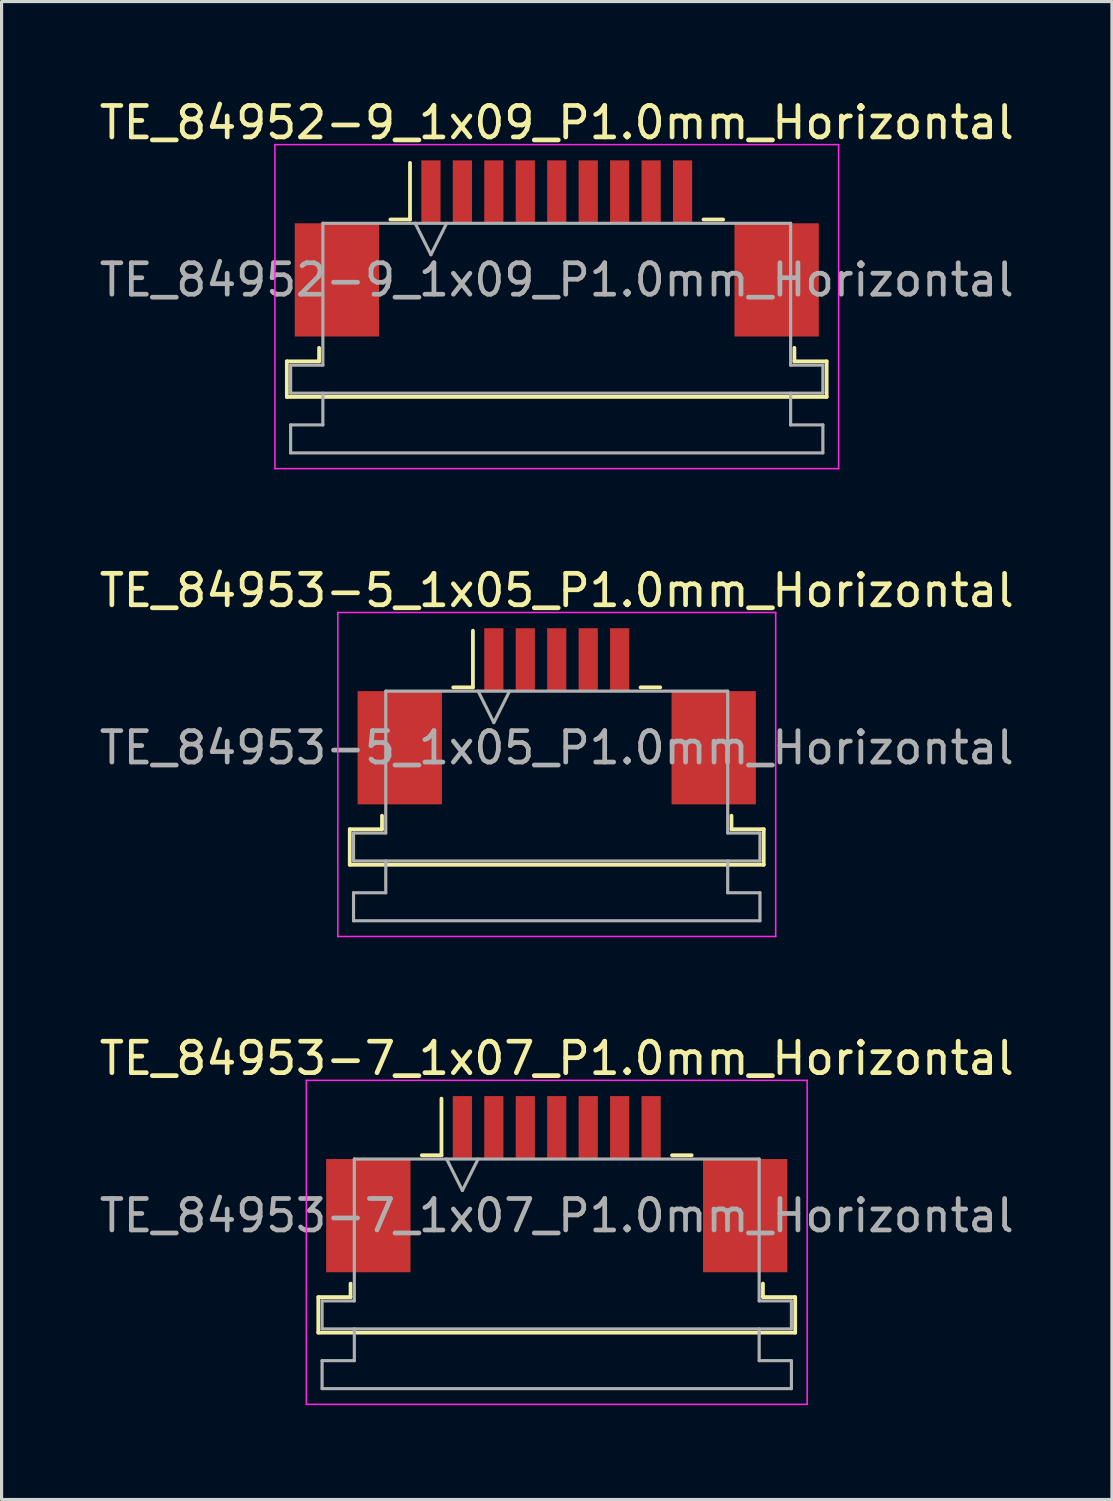
<source format=kicad_pcb>
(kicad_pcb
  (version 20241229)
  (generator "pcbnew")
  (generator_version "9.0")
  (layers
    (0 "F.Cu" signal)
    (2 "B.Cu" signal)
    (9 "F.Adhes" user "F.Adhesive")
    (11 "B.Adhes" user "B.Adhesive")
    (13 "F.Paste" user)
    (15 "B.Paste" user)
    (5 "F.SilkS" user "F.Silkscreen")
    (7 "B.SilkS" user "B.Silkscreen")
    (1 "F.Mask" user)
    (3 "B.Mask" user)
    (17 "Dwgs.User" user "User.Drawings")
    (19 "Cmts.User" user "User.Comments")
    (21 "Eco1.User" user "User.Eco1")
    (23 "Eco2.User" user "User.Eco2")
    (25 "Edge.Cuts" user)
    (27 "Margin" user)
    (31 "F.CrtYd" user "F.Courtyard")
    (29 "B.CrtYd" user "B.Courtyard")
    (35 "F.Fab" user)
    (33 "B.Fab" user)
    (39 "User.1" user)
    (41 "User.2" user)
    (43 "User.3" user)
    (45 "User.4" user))
  (footprint "TE_84953-7_1x07_P1.0mm_Horizontal"
    (layer "F.Cu")
    (at 14.649 34.595)
    (property "Reference" "TE_84953-7_1x07_P1.0mm_Horizontal" (at 0 -4 0) (layer "F.SilkS") (effects (font (size 1 1) (thickness 0.15))))
    (attr smd)
    (fp_line (start -7.58 3.59) (end -6.555 3.59) (stroke (width 0.12) (type solid)) (layer "F.SilkS"))
    (fp_line (start -7.58 4.72) (end -7.58 3.59) (stroke (width 0.12) (type solid)) (layer "F.SilkS"))
    (fp_line (start -6.555 3.59) (end -6.555 3.16) (stroke (width 0.12) (type solid)) (layer "F.SilkS"))
    (fp_line (start -4.29 -0.92) (end -3.665 -0.92) (stroke (width 0.12) (type solid)) (layer "F.SilkS"))
    (fp_line (start -3.665 -0.92) (end -3.665 -2.72) (stroke (width 0.12) (type solid)) (layer "F.SilkS"))
    (fp_line (start 3.665 -0.92) (end 4.29 -0.92) (stroke (width 0.12) (type solid)) (layer "F.SilkS"))
    (fp_line (start 6.555 3.16) (end 6.555 3.59) (stroke (width 0.12) (type solid)) (layer "F.SilkS"))
    (fp_line (start 6.555 3.59) (end 7.58 3.59) (stroke (width 0.12) (type solid)) (layer "F.SilkS"))
    (fp_line (start 7.58 3.59) (end 7.58 4.72) (stroke (width 0.12) (type solid)) (layer "F.SilkS"))
    (fp_line (start 7.58 4.72) (end -7.58 4.72) (stroke (width 0.12) (type solid)) (layer "F.SilkS"))
    (fp_line (start -7.96 -3.3) (end -7.96 7) (stroke (width 0.05) (type solid)) (layer "F.CrtYd"))
    (fp_line (start -7.96 7) (end 7.96 7) (stroke (width 0.05) (type solid)) (layer "F.CrtYd"))
    (fp_line (start 7.96 -3.3) (end -7.96 -3.3) (stroke (width 0.05) (type solid)) (layer "F.CrtYd"))
    (fp_line (start 7.96 7) (end 7.96 -3.3) (stroke (width 0.05) (type solid)) (layer "F.CrtYd"))
    (fp_line (start -7.46 3.71) (end -6.435 3.71) (stroke (width 0.1) (type solid)) (layer "F.Fab"))
    (fp_line (start -7.46 4.6) (end -7.46 3.71) (stroke (width 0.1) (type solid)) (layer "F.Fab"))
    (fp_line (start -7.46 5.61) (end -6.435 5.61) (stroke (width 0.1) (type solid)) (layer "F.Fab"))
    (fp_line (start -7.46 6.5) (end -7.46 5.61) (stroke (width 0.1) (type solid)) (layer "F.Fab"))
    (fp_line (start -6.435 -0.8) (end 6.435 -0.8) (stroke (width 0.1) (type solid)) (layer "F.Fab"))
    (fp_line (start -6.435 3.71) (end -6.435 -0.8) (stroke (width 0.1) (type solid)) (layer "F.Fab"))
    (fp_line (start -6.435 5.61) (end -6.435 4.6) (stroke (width 0.1) (type solid)) (layer "F.Fab"))
    (fp_line (start -3.5 -0.8) (end -3 0.2) (stroke (width 0.1) (type solid)) (layer "F.Fab"))
    (fp_line (start -3 0.2) (end -2.5 -0.8) (stroke (width 0.1) (type solid)) (layer "F.Fab"))
    (fp_line (start 6.435 -0.8) (end 6.435 3.71) (stroke (width 0.1) (type solid)) (layer "F.Fab"))
    (fp_line (start 6.435 3.71) (end 7.46 3.71) (stroke (width 0.1) (type solid)) (layer "F.Fab"))
    (fp_line (start 6.435 4.6) (end 6.435 5.61) (stroke (width 0.1) (type solid)) (layer "F.Fab"))
    (fp_line (start 6.435 5.61) (end 7.46 5.61) (stroke (width 0.1) (type solid)) (layer "F.Fab"))
    (fp_line (start 7.46 3.71) (end 7.46 4.6) (stroke (width 0.1) (type solid)) (layer "F.Fab"))
    (fp_line (start 7.46 4.6) (end -7.46 4.6) (stroke (width 0.1) (type solid)) (layer "F.Fab"))
    (fp_line (start 7.46 5.61) (end 7.46 6.5) (stroke (width 0.1) (type solid)) (layer "F.Fab"))
    (fp_line (start 7.46 6.5) (end -7.46 6.5) (stroke (width 0.1) (type solid)) (layer "F.Fab"))
    (fp_text user "${REFERENCE}" (at 0 1 0) (layer "F.Fab") (effects (font (size 1 1) (thickness 0.15))))
    (pad "" smd rect (at -5.99 1) (size 2.68 3.6) (layers "F.Cu" "F.Mask" "F.Paste"))
    (pad "" smd rect (at 5.99 1) (size 2.68 3.6) (layers "F.Cu" "F.Mask" "F.Paste"))
    (pad "1" smd rect (at -3 -1.8) (size 0.61 2) (layers "F.Cu" "F.Mask" "F.Paste"))
    (pad "2" smd rect (at -2 -1.8) (size 0.61 2) (layers "F.Cu" "F.Mask" "F.Paste"))
    (pad "3" smd rect (at -1 -1.8) (size 0.61 2) (layers "F.Cu" "F.Mask" "F.Paste"))
    (pad "4" smd rect (at 0 -1.8) (size 0.61 2) (layers "F.Cu" "F.Mask" "F.Paste"))
    (pad "5" smd rect (at 1 -1.8) (size 0.61 2) (layers "F.Cu" "F.Mask" "F.Paste"))
    (pad "6" smd rect (at 2 -1.8) (size 0.61 2) (layers "F.Cu" "F.Mask" "F.Paste"))
    (pad "7" smd rect (at 3 -1.8) (size 0.61 2) (layers "F.Cu" "F.Mask" "F.Paste")))
  (footprint "TE_84952-9_1x09_P1.0mm_Horizontal"
    (layer "F.Cu")
    (at 14.649 4.848)
    (property "Reference" "TE_84952-9_1x09_P1.0mm_Horizontal" (at 0 -4 0) (layer "F.SilkS") (effects (font (size 1 1) (thickness 0.15))))
    (attr smd)
    (fp_line (start -8.58 3.59) (end -7.555 3.59) (stroke (width 0.12) (type solid)) (layer "F.SilkS"))
    (fp_line (start -8.58 4.72) (end -8.58 3.59) (stroke (width 0.12) (type solid)) (layer "F.SilkS"))
    (fp_line (start -7.555 3.59) (end -7.555 3.16) (stroke (width 0.12) (type solid)) (layer "F.SilkS"))
    (fp_line (start -5.29 -0.92) (end -4.665 -0.92) (stroke (width 0.12) (type solid)) (layer "F.SilkS"))
    (fp_line (start -4.665 -0.92) (end -4.665 -2.72) (stroke (width 0.12) (type solid)) (layer "F.SilkS"))
    (fp_line (start 4.665 -0.92) (end 5.29 -0.92) (stroke (width 0.12) (type solid)) (layer "F.SilkS"))
    (fp_line (start 7.555 3.16) (end 7.555 3.59) (stroke (width 0.12) (type solid)) (layer "F.SilkS"))
    (fp_line (start 7.555 3.59) (end 8.58 3.59) (stroke (width 0.12) (type solid)) (layer "F.SilkS"))
    (fp_line (start 8.58 3.59) (end 8.58 4.72) (stroke (width 0.12) (type solid)) (layer "F.SilkS"))
    (fp_line (start 8.58 4.72) (end -8.58 4.72) (stroke (width 0.12) (type solid)) (layer "F.SilkS"))
    (fp_line (start -8.96 -3.3) (end -8.96 7) (stroke (width 0.05) (type solid)) (layer "F.CrtYd"))
    (fp_line (start -8.96 7) (end 8.96 7) (stroke (width 0.05) (type solid)) (layer "F.CrtYd"))
    (fp_line (start 8.96 -3.3) (end -8.96 -3.3) (stroke (width 0.05) (type solid)) (layer "F.CrtYd"))
    (fp_line (start 8.96 7) (end 8.96 -3.3) (stroke (width 0.05) (type solid)) (layer "F.CrtYd"))
    (fp_line (start -8.46 3.71) (end -7.435 3.71) (stroke (width 0.1) (type solid)) (layer "F.Fab"))
    (fp_line (start -8.46 4.6) (end -8.46 3.71) (stroke (width 0.1) (type solid)) (layer "F.Fab"))
    (fp_line (start -8.46 5.61) (end -7.435 5.61) (stroke (width 0.1) (type solid)) (layer "F.Fab"))
    (fp_line (start -8.46 6.5) (end -8.46 5.61) (stroke (width 0.1) (type solid)) (layer "F.Fab"))
    (fp_line (start -7.435 -0.8) (end 7.435 -0.8) (stroke (width 0.1) (type solid)) (layer "F.Fab"))
    (fp_line (start -7.435 3.71) (end -7.435 -0.8) (stroke (width 0.1) (type solid)) (layer "F.Fab"))
    (fp_line (start -7.435 5.61) (end -7.435 4.6) (stroke (width 0.1) (type solid)) (layer "F.Fab"))
    (fp_line (start -4.5 -0.8) (end -4 0.2) (stroke (width 0.1) (type solid)) (layer "F.Fab"))
    (fp_line (start -4 0.2) (end -3.5 -0.8) (stroke (width 0.1) (type solid)) (layer "F.Fab"))
    (fp_line (start 7.435 -0.8) (end 7.435 3.71) (stroke (width 0.1) (type solid)) (layer "F.Fab"))
    (fp_line (start 7.435 3.71) (end 8.46 3.71) (stroke (width 0.1) (type solid)) (layer "F.Fab"))
    (fp_line (start 7.435 4.6) (end 7.435 5.61) (stroke (width 0.1) (type solid)) (layer "F.Fab"))
    (fp_line (start 7.435 5.61) (end 8.46 5.61) (stroke (width 0.1) (type solid)) (layer "F.Fab"))
    (fp_line (start 8.46 3.71) (end 8.46 4.6) (stroke (width 0.1) (type solid)) (layer "F.Fab"))
    (fp_line (start 8.46 4.6) (end -8.46 4.6) (stroke (width 0.1) (type solid)) (layer "F.Fab"))
    (fp_line (start 8.46 5.61) (end 8.46 6.5) (stroke (width 0.1) (type solid)) (layer "F.Fab"))
    (fp_line (start 8.46 6.5) (end -8.46 6.5) (stroke (width 0.1) (type solid)) (layer "F.Fab"))
    (fp_text user "${REFERENCE}" (at 0 1 0) (layer "F.Fab") (effects (font (size 1 1) (thickness 0.15))))
    (pad "" smd rect (at -6.99 1) (size 2.68 3.6) (layers "F.Cu" "F.Mask" "F.Paste"))
    (pad "" smd rect (at 6.99 1) (size 2.68 3.6) (layers "F.Cu" "F.Mask" "F.Paste"))
    (pad "1" smd rect (at -4 -1.8) (size 0.61 2) (layers "F.Cu" "F.Mask" "F.Paste"))
    (pad "2" smd rect (at -3 -1.8) (size 0.61 2) (layers "F.Cu" "F.Mask" "F.Paste"))
    (pad "3" smd rect (at -2 -1.8) (size 0.61 2) (layers "F.Cu" "F.Mask" "F.Paste"))
    (pad "4" smd rect (at -1 -1.8) (size 0.61 2) (layers "F.Cu" "F.Mask" "F.Paste"))
    (pad "5" smd rect (at 0 -1.8) (size 0.61 2) (layers "F.Cu" "F.Mask" "F.Paste"))
    (pad "6" smd rect (at 1 -1.8) (size 0.61 2) (layers "F.Cu" "F.Mask" "F.Paste"))
    (pad "7" smd rect (at 2 -1.8) (size 0.61 2) (layers "F.Cu" "F.Mask" "F.Paste"))
    (pad "8" smd rect (at 3 -1.8) (size 0.61 2) (layers "F.Cu" "F.Mask" "F.Paste"))
    (pad "9" smd rect (at 4 -1.8) (size 0.61 2) (layers "F.Cu" "F.Mask" "F.Paste")))
  (footprint "TE_84953-5_1x05_P1.0mm_Horizontal"
    (layer "F.Cu")
    (at 14.649 19.721)
    (property "Reference" "TE_84953-5_1x05_P1.0mm_Horizontal" (at 0 -4 0) (layer "F.SilkS") (effects (font (size 1 1) (thickness 0.15))))
    (attr smd)
    (fp_line (start -6.58 3.59) (end -5.555 3.59) (stroke (width 0.12) (type solid)) (layer "F.SilkS"))
    (fp_line (start -6.58 4.72) (end -6.58 3.59) (stroke (width 0.12) (type solid)) (layer "F.SilkS"))
    (fp_line (start -5.555 3.59) (end -5.555 3.16) (stroke (width 0.12) (type solid)) (layer "F.SilkS"))
    (fp_line (start -3.29 -0.92) (end -2.665 -0.92) (stroke (width 0.12) (type solid)) (layer "F.SilkS"))
    (fp_line (start -2.665 -0.92) (end -2.665 -2.72) (stroke (width 0.12) (type solid)) (layer "F.SilkS"))
    (fp_line (start 2.665 -0.92) (end 3.29 -0.92) (stroke (width 0.12) (type solid)) (layer "F.SilkS"))
    (fp_line (start 5.555 3.16) (end 5.555 3.59) (stroke (width 0.12) (type solid)) (layer "F.SilkS"))
    (fp_line (start 5.555 3.59) (end 6.58 3.59) (stroke (width 0.12) (type solid)) (layer "F.SilkS"))
    (fp_line (start 6.58 3.59) (end 6.58 4.72) (stroke (width 0.12) (type solid)) (layer "F.SilkS"))
    (fp_line (start 6.58 4.72) (end -6.58 4.72) (stroke (width 0.12) (type solid)) (layer "F.SilkS"))
    (fp_line (start -6.96 -3.3) (end -6.96 7) (stroke (width 0.05) (type solid)) (layer "F.CrtYd"))
    (fp_line (start -6.96 7) (end 6.96 7) (stroke (width 0.05) (type solid)) (layer "F.CrtYd"))
    (fp_line (start 6.96 -3.3) (end -6.96 -3.3) (stroke (width 0.05) (type solid)) (layer "F.CrtYd"))
    (fp_line (start 6.96 7) (end 6.96 -3.3) (stroke (width 0.05) (type solid)) (layer "F.CrtYd"))
    (fp_line (start -6.46 3.71) (end -5.435 3.71) (stroke (width 0.1) (type solid)) (layer "F.Fab"))
    (fp_line (start -6.46 4.6) (end -6.46 3.71) (stroke (width 0.1) (type solid)) (layer "F.Fab"))
    (fp_line (start -6.46 5.61) (end -5.435 5.61) (stroke (width 0.1) (type solid)) (layer "F.Fab"))
    (fp_line (start -6.46 6.5) (end -6.46 5.61) (stroke (width 0.1) (type solid)) (layer "F.Fab"))
    (fp_line (start -5.435 -0.8) (end 5.435 -0.8) (stroke (width 0.1) (type solid)) (layer "F.Fab"))
    (fp_line (start -5.435 3.71) (end -5.435 -0.8) (stroke (width 0.1) (type solid)) (layer "F.Fab"))
    (fp_line (start -5.435 5.61) (end -5.435 4.6) (stroke (width 0.1) (type solid)) (layer "F.Fab"))
    (fp_line (start -2.5 -0.8) (end -2 0.2) (stroke (width 0.1) (type solid)) (layer "F.Fab"))
    (fp_line (start -2 0.2) (end -1.5 -0.8) (stroke (width 0.1) (type solid)) (layer "F.Fab"))
    (fp_line (start 5.435 -0.8) (end 5.435 3.71) (stroke (width 0.1) (type solid)) (layer "F.Fab"))
    (fp_line (start 5.435 3.71) (end 6.46 3.71) (stroke (width 0.1) (type solid)) (layer "F.Fab"))
    (fp_line (start 5.435 4.6) (end 5.435 5.61) (stroke (width 0.1) (type solid)) (layer "F.Fab"))
    (fp_line (start 5.435 5.61) (end 6.46 5.61) (stroke (width 0.1) (type solid)) (layer "F.Fab"))
    (fp_line (start 6.46 3.71) (end 6.46 4.6) (stroke (width 0.1) (type solid)) (layer "F.Fab"))
    (fp_line (start 6.46 4.6) (end -6.46 4.6) (stroke (width 0.1) (type solid)) (layer "F.Fab"))
    (fp_line (start 6.46 5.61) (end 6.46 6.5) (stroke (width 0.1) (type solid)) (layer "F.Fab"))
    (fp_line (start 6.46 6.5) (end -6.46 6.5) (stroke (width 0.1) (type solid)) (layer "F.Fab"))
    (fp_text user "${REFERENCE}" (at 0 1 0) (layer "F.Fab") (effects (font (size 1 1) (thickness 0.15))))
    (pad "" smd rect (at -4.99 1) (size 2.68 3.6) (layers "F.Cu" "F.Mask" "F.Paste"))
    (pad "" smd rect (at 4.99 1) (size 2.68 3.6) (layers "F.Cu" "F.Mask" "F.Paste"))
    (pad "1" smd rect (at -2 -1.8) (size 0.61 2) (layers "F.Cu" "F.Mask" "F.Paste"))
    (pad "2" smd rect (at -1 -1.8) (size 0.61 2) (layers "F.Cu" "F.Mask" "F.Paste"))
    (pad "3" smd rect (at 0 -1.8) (size 0.61 2) (layers "F.Cu" "F.Mask" "F.Paste"))
    (pad "4" smd rect (at 1 -1.8) (size 0.61 2) (layers "F.Cu" "F.Mask" "F.Paste"))
    (pad "5" smd rect (at 2 -1.8) (size 0.61 2) (layers "F.Cu" "F.Mask" "F.Paste")))
  (gr_rect
    (start -3 -3)
    (end 32.298 44.62)
    (stroke (width 0.1) (type default))
    (fill no)
    (layer "Edge.Cuts")))
</source>
